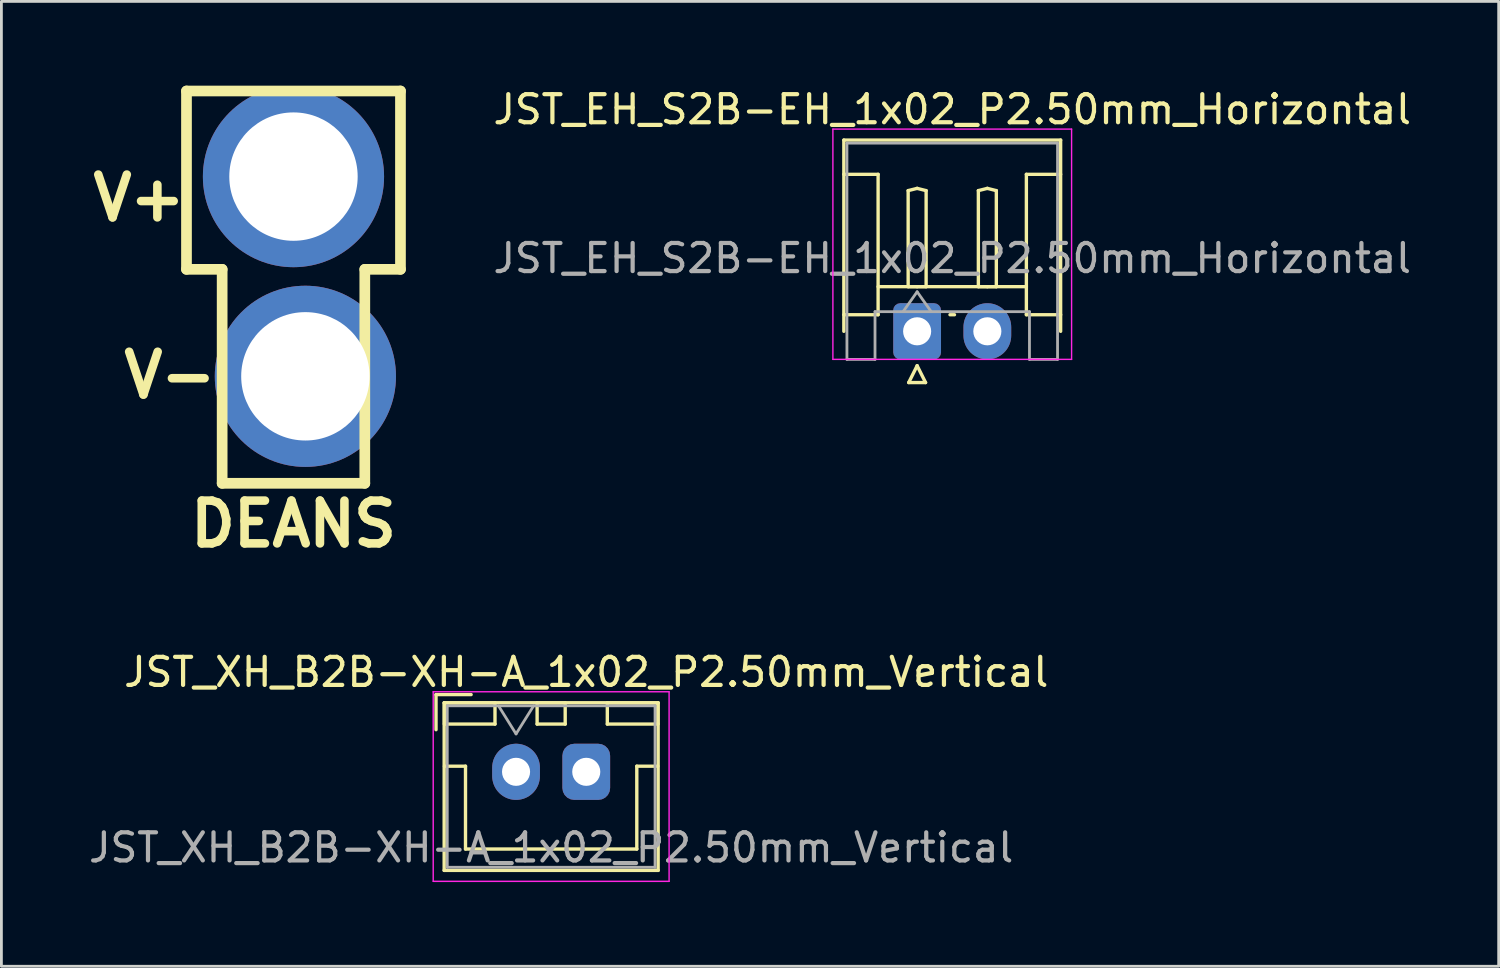
<source format=kicad_pcb>
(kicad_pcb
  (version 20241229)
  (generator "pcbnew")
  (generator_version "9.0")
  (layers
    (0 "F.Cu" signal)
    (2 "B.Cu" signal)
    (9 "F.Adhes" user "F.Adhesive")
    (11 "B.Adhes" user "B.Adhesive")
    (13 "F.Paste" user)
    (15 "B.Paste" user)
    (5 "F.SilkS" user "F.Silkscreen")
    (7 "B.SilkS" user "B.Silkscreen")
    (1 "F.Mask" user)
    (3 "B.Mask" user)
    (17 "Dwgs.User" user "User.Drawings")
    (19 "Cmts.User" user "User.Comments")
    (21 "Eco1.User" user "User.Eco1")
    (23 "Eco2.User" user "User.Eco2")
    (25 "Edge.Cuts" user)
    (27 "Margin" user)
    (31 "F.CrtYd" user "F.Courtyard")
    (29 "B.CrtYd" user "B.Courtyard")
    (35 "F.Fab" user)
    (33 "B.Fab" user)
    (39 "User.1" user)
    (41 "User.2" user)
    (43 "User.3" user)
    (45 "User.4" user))
  (footprint "JST_EH_S2B-EH_1x02_P2.50mm_Horizontal"
    (layer "F.Cu")
    (at 29.61 8.748)
    (property "Reference" "JST_EH_S2B-EH_1x02_P2.50mm_Horizontal" (at 1.25 -7.9 0) (layer "F.SilkS") (effects (font (size 1 1) (thickness 0.15))))
    (attr through_hole)
    (fp_line (start -2.61 -6.81) (end 5.11 -6.81) (stroke (width 0.12) (type solid)) (layer "F.SilkS"))
    (fp_line (start -2.61 -5.59) (end -1.39 -5.59) (stroke (width 0.12) (type solid)) (layer "F.SilkS"))
    (fp_line (start -2.61 0) (end -2.61 -6.81) (stroke (width 0.12) (type solid)) (layer "F.SilkS"))
    (fp_line (start -1.39 -5.59) (end -1.39 -0.59) (stroke (width 0.12) (type solid)) (layer "F.SilkS"))
    (fp_line (start -1.39 -1.59) (end 3.89 -1.59) (stroke (width 0.12) (type solid)) (layer "F.SilkS"))
    (fp_line (start -1.39 -0.59) (end -2.61 -0.59) (stroke (width 0.12) (type solid)) (layer "F.SilkS"))
    (fp_line (start -0.32 -5.01) (end 0 -5.09) (stroke (width 0.12) (type solid)) (layer "F.SilkS"))
    (fp_line (start -0.32 -1.59) (end -0.32 -5.01) (stroke (width 0.12) (type solid)) (layer "F.SilkS"))
    (fp_line (start -0.3 1.825) (end 0.3 1.825) (stroke (width 0.12) (type solid)) (layer "F.SilkS"))
    (fp_line (start 0 -5.09) (end 0.32 -5.01) (stroke (width 0.12) (type solid)) (layer "F.SilkS"))
    (fp_line (start 0 -1.59) (end -0.32 -1.59) (stroke (width 0.12) (type solid)) (layer "F.SilkS"))
    (fp_line (start 0 1.225) (end -0.3 1.825) (stroke (width 0.12) (type solid)) (layer "F.SilkS"))
    (fp_line (start 0.3 1.825) (end 0 1.225) (stroke (width 0.12) (type solid)) (layer "F.SilkS"))
    (fp_line (start 0.32 -5.01) (end 0.32 -1.59) (stroke (width 0.12) (type solid)) (layer "F.SilkS"))
    (fp_line (start 0.32 -1.59) (end 0 -1.59) (stroke (width 0.12) (type solid)) (layer "F.SilkS"))
    (fp_line (start 1.17 -0.59) (end 1.33 -0.59) (stroke (width 0.12) (type solid)) (layer "F.SilkS"))
    (fp_line (start 2.18 -5.01) (end 2.5 -5.09) (stroke (width 0.12) (type solid)) (layer "F.SilkS"))
    (fp_line (start 2.18 -1.59) (end 2.18 -5.01) (stroke (width 0.12) (type solid)) (layer "F.SilkS"))
    (fp_line (start 2.5 -5.09) (end 2.82 -5.01) (stroke (width 0.12) (type solid)) (layer "F.SilkS"))
    (fp_line (start 2.5 -1.59) (end 2.18 -1.59) (stroke (width 0.12) (type solid)) (layer "F.SilkS"))
    (fp_line (start 2.82 -5.01) (end 2.82 -1.59) (stroke (width 0.12) (type solid)) (layer "F.SilkS"))
    (fp_line (start 2.82 -1.59) (end 2.5 -1.59) (stroke (width 0.12) (type solid)) (layer "F.SilkS"))
    (fp_line (start 3.89 -5.59) (end 3.89 -0.59) (stroke (width 0.12) (type solid)) (layer "F.SilkS"))
    (fp_line (start 3.89 -0.59) (end 5.11 -0.59) (stroke (width 0.12) (type solid)) (layer "F.SilkS"))
    (fp_line (start 5.11 -6.81) (end 5.11 0) (stroke (width 0.12) (type solid)) (layer "F.SilkS"))
    (fp_line (start 5.11 -5.59) (end 3.89 -5.59) (stroke (width 0.12) (type solid)) (layer "F.SilkS"))
    (fp_line (start -3 -7.2) (end -3 1) (stroke (width 0.05) (type solid)) (layer "F.CrtYd"))
    (fp_line (start -3 1) (end 5.5 1) (stroke (width 0.05) (type solid)) (layer "F.CrtYd"))
    (fp_line (start 5.5 -7.2) (end -3 -7.2) (stroke (width 0.05) (type solid)) (layer "F.CrtYd"))
    (fp_line (start 5.5 1) (end 5.5 -7.2) (stroke (width 0.05) (type solid)) (layer "F.CrtYd"))
    (fp_line (start -2.5 -6.7) (end 5 -6.7) (stroke (width 0.1) (type solid)) (layer "F.Fab"))
    (fp_line (start -2.5 1) (end -2.5 -6.7) (stroke (width 0.1) (type solid)) (layer "F.Fab"))
    (fp_line (start -1.5 -0.7) (end -1.5 1) (stroke (width 0.1) (type solid)) (layer "F.Fab"))
    (fp_line (start -1.5 1) (end -2.5 1) (stroke (width 0.1) (type solid)) (layer "F.Fab"))
    (fp_line (start -0.5 -0.7) (end 0 -1.407) (stroke (width 0.1) (type solid)) (layer "F.Fab"))
    (fp_line (start 0 -1.407) (end 0.5 -0.7) (stroke (width 0.1) (type solid)) (layer "F.Fab"))
    (fp_line (start 4 -0.7) (end -1.5 -0.7) (stroke (width 0.1) (type solid)) (layer "F.Fab"))
    (fp_line (start 4 1) (end 4 -0.7) (stroke (width 0.1) (type solid)) (layer "F.Fab"))
    (fp_line (start 5 -6.7) (end 5 1) (stroke (width 0.1) (type solid)) (layer "F.Fab"))
    (fp_line (start 5 1) (end 4 1) (stroke (width 0.1) (type solid)) (layer "F.Fab"))
    (fp_text user "${REFERENCE}" (at 1.25 -2.6 0) (layer "F.Fab") (effects (font (size 1 1) (thickness 0.15))))
    (pad "1" thru_hole roundrect (at 0 0) (size 1.7 2) (drill 1) (layers "*.Cu" "*.Mask") (roundrect_rratio 0.147))
    (pad "2" thru_hole oval (at 2.5 0) (size 1.7 2) (drill 1) (layers "*.Cu" "*.Mask")))
  (footprint "JST_XH_B2B-XH-A_1x02_P2.50mm_Vertical"
    (layer "F.Cu")
    (at 16.577 24.435)
    (property "Reference" "JST_XH_B2B-XH-A_1x02_P2.50mm_Vertical" (at 1.25 -3.55 0) (layer "F.SilkS") (effects (font (size 1 1) (thickness 0.15))))
    (attr through_hole)
    (fp_line (start -4.1 -2.75) (end -4.1 -1.5) (stroke (width 0.12) (type solid)) (layer "F.SilkS"))
    (fp_line (start -3.81 -2.46) (end -3.81 3.51) (stroke (width 0.12) (type solid)) (layer "F.SilkS"))
    (fp_line (start -3.81 3.51) (end 3.81 3.51) (stroke (width 0.12) (type solid)) (layer "F.SilkS"))
    (fp_line (start -3.8 -2.45) (end -3.8 -1.7) (stroke (width 0.12) (type solid)) (layer "F.SilkS"))
    (fp_line (start -3.8 -1.7) (end -2 -1.7) (stroke (width 0.12) (type solid)) (layer "F.SilkS"))
    (fp_line (start -3.8 -0.2) (end -3.05 -0.2) (stroke (width 0.12) (type solid)) (layer "F.SilkS"))
    (fp_line (start -3.05 -0.2) (end -3.05 2.75) (stroke (width 0.12) (type solid)) (layer "F.SilkS"))
    (fp_line (start -3.05 2.75) (end 0 2.75) (stroke (width 0.12) (type solid)) (layer "F.SilkS"))
    (fp_line (start -2.85 -2.75) (end -4.1 -2.75) (stroke (width 0.12) (type solid)) (layer "F.SilkS"))
    (fp_line (start -2 -2.45) (end -3.8 -2.45) (stroke (width 0.12) (type solid)) (layer "F.SilkS"))
    (fp_line (start -2 -1.7) (end -2 -2.45) (stroke (width 0.12) (type solid)) (layer "F.SilkS"))
    (fp_line (start -0.5 -2.45) (end -0.5 -1.7) (stroke (width 0.12) (type solid)) (layer "F.SilkS"))
    (fp_line (start -0.5 -1.7) (end 0.5 -1.7) (stroke (width 0.12) (type solid)) (layer "F.SilkS"))
    (fp_line (start 0.5 -2.45) (end -0.5 -2.45) (stroke (width 0.12) (type solid)) (layer "F.SilkS"))
    (fp_line (start 0.5 -1.7) (end 0.5 -2.45) (stroke (width 0.12) (type solid)) (layer "F.SilkS"))
    (fp_line (start 2 -2.45) (end 2 -1.7) (stroke (width 0.12) (type solid)) (layer "F.SilkS"))
    (fp_line (start 2 -1.7) (end 3.8 -1.7) (stroke (width 0.12) (type solid)) (layer "F.SilkS"))
    (fp_line (start 3.05 -0.2) (end 3.05 2.75) (stroke (width 0.12) (type solid)) (layer "F.SilkS"))
    (fp_line (start 3.05 2.75) (end 0 2.75) (stroke (width 0.12) (type solid)) (layer "F.SilkS"))
    (fp_line (start 3.8 -2.45) (end 2 -2.45) (stroke (width 0.12) (type solid)) (layer "F.SilkS"))
    (fp_line (start 3.8 -1.7) (end 3.8 -2.45) (stroke (width 0.12) (type solid)) (layer "F.SilkS"))
    (fp_line (start 3.8 -0.2) (end 3.05 -0.2) (stroke (width 0.12) (type solid)) (layer "F.SilkS"))
    (fp_line (start 3.81 -2.46) (end -3.81 -2.46) (stroke (width 0.12) (type solid)) (layer "F.SilkS"))
    (fp_line (start 3.81 3.51) (end 3.81 -2.46) (stroke (width 0.12) (type solid)) (layer "F.SilkS"))
    (fp_line (start -4.2 -2.85) (end -4.2 3.9) (stroke (width 0.05) (type solid)) (layer "F.CrtYd"))
    (fp_line (start -4.2 3.9) (end 4.2 3.9) (stroke (width 0.05) (type solid)) (layer "F.CrtYd"))
    (fp_line (start 4.2 -2.85) (end -4.2 -2.85) (stroke (width 0.05) (type solid)) (layer "F.CrtYd"))
    (fp_line (start 4.2 3.9) (end 4.2 -2.85) (stroke (width 0.05) (type solid)) (layer "F.CrtYd"))
    (fp_line (start -3.7 -2.35) (end -3.7 3.4) (stroke (width 0.1) (type solid)) (layer "F.Fab"))
    (fp_line (start -3.7 3.4) (end 3.7 3.4) (stroke (width 0.1) (type solid)) (layer "F.Fab"))
    (fp_line (start -1.875 -2.35) (end -1.25 -1.35) (stroke (width 0.1) (type solid)) (layer "F.Fab"))
    (fp_line (start -1.25 -1.35) (end -0.625 -2.35) (stroke (width 0.1) (type solid)) (layer "F.Fab"))
    (fp_line (start 3.7 -2.35) (end -3.7 -2.35) (stroke (width 0.1) (type solid)) (layer "F.Fab"))
    (fp_line (start 3.7 3.4) (end 3.7 -2.35) (stroke (width 0.1) (type solid)) (layer "F.Fab"))
    (fp_text user "${REFERENCE}" (at 0 2.7 0) (layer "F.Fab") (effects (font (size 1 1) (thickness 0.15))))
    (pad "1" thru_hole roundrect (at 1.25 0) (size 1.7 2) (drill 1) (layers "*.Cu" "*.Mask") (roundrect_rratio 0.25))
    (pad "2" thru_hole oval (at -1.25 0) (size 1.7 2) (drill 1) (layers "*.Cu" "*.Mask")))
  (footprint "DEANS"
    (layer "F.Cu")
    (at 7.401 7.811)
    (property "Reference" "DEANS" (at 0 7.8 0) (layer "F.SilkS") (effects (font (size 1.524 1.524) (thickness 0.305))))
    (attr through_hole)
    (fp_line (start -3.81 -7.62) (end 3.81 -7.62) (stroke (width 0.381) (type solid)) (layer "F.SilkS"))
    (fp_line (start -3.81 -1.27) (end -3.81 -7.62) (stroke (width 0.381) (type solid)) (layer "F.SilkS"))
    (fp_line (start -2.54 -1.27) (end -3.81 -1.27) (stroke (width 0.381) (type solid)) (layer "F.SilkS"))
    (fp_line (start -2.54 6.35) (end -2.54 -1.27) (stroke (width 0.381) (type solid)) (layer "F.SilkS"))
    (fp_line (start 2.54 -1.27) (end 2.54 6.35) (stroke (width 0.381) (type solid)) (layer "F.SilkS"))
    (fp_line (start 2.54 6.35) (end -2.54 6.35) (stroke (width 0.381) (type solid)) (layer "F.SilkS"))
    (fp_line (start 3.81 -7.62) (end 3.81 -1.27) (stroke (width 0.381) (type solid)) (layer "F.SilkS"))
    (fp_line (start 3.81 -1.27) (end 2.54 -1.27) (stroke (width 0.381) (type solid)) (layer "F.SilkS"))
    (fp_text user "V+" (at -5.5 -3.81 0) (layer "F.SilkS") (effects (font (size 1.524 1.524) (thickness 0.305))))
    (fp_text user "V-" (at -4.4 2.5 0) (layer "F.SilkS") (effects (font (size 1.524 1.524) (thickness 0.305))))
    (pad "1" thru_hole circle (at 0 -4.572) (size 6.452 6.452) (drill 4.572) (layers "*.Cu" "*.Mask"))
    (pad "2" thru_hole circle (at 0.424 2.54) (size 6.452 6.452) (drill 4.572) (layers "*.Cu" "*.Mask")))
  (gr_rect
    (start -3 -3)
    (end 50.319 31.36)
    (stroke (width 0.1) (type default))
    (fill no)
    (layer "Edge.Cuts")))
</source>
